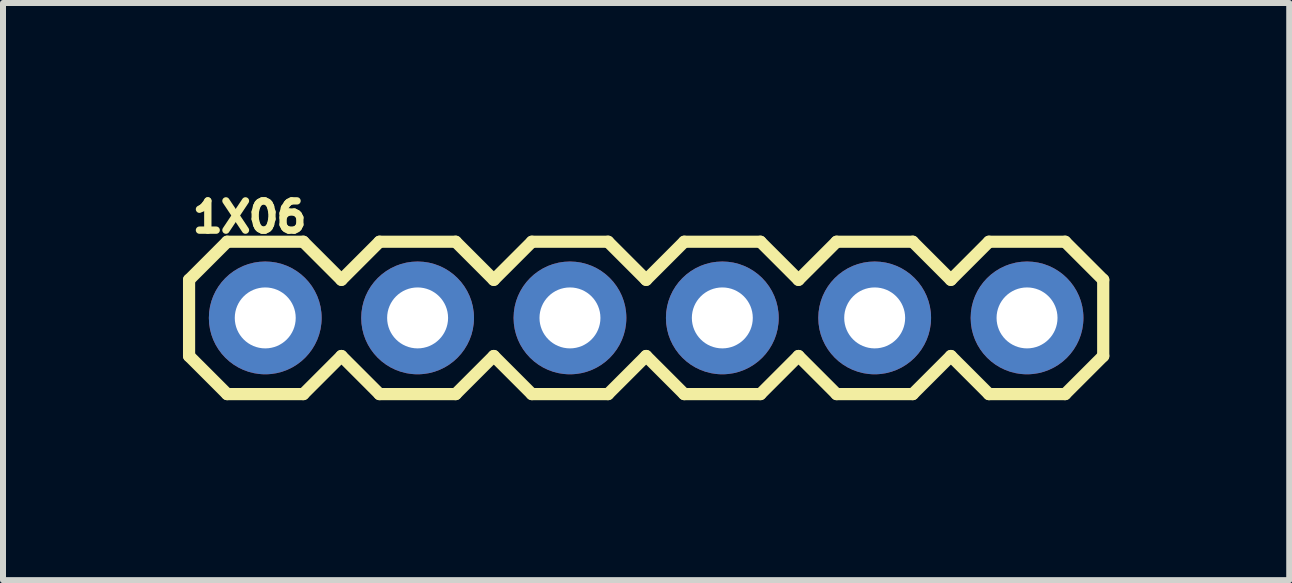
<source format=kicad_pcb>
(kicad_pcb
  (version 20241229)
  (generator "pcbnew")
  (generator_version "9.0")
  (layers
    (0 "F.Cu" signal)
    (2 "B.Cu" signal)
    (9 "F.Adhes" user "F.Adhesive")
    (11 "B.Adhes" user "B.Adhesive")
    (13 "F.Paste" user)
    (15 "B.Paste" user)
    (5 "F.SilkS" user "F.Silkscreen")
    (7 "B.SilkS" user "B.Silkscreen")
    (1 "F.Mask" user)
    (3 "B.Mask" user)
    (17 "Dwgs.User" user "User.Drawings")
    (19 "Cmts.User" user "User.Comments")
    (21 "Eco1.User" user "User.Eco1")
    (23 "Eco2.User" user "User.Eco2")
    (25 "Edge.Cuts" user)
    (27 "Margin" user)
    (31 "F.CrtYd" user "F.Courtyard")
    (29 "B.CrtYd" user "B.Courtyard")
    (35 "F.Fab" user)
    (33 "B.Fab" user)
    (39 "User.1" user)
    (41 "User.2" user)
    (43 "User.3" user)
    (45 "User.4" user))
  (footprint "1X06"
    (layer "F.Cu")
    (at 1.372 2.25)
    (property "Reference" "1X06" (at -1.27 -1.397 0) (layer "F.SilkS") (effects (font (size 0.488 0.488) (thickness 0.122)) (justify left bottom)))
    (fp_line (start -1.27 -0.635) (end -1.27 0.635) (stroke (width 0.203) (type solid)) (layer "F.SilkS"))
    (fp_line (start -1.27 0.635) (end -0.635 1.27) (stroke (width 0.203) (type solid)) (layer "F.SilkS"))
    (fp_line (start -0.635 -1.27) (end -1.27 -0.635) (stroke (width 0.203) (type solid)) (layer "F.SilkS"))
    (fp_line (start -0.635 -1.27) (end 0.635 -1.27) (stroke (width 0.203) (type solid)) (layer "F.SilkS"))
    (fp_line (start 0.635 -1.27) (end 1.27 -0.635) (stroke (width 0.203) (type solid)) (layer "F.SilkS"))
    (fp_line (start 0.635 1.27) (end -0.635 1.27) (stroke (width 0.203) (type solid)) (layer "F.SilkS"))
    (fp_line (start 1.27 -0.635) (end 1.905 -1.27) (stroke (width 0.203) (type solid)) (layer "F.SilkS"))
    (fp_line (start 1.27 0.635) (end 0.635 1.27) (stroke (width 0.203) (type solid)) (layer "F.SilkS"))
    (fp_line (start 1.905 -1.27) (end 3.175 -1.27) (stroke (width 0.203) (type solid)) (layer "F.SilkS"))
    (fp_line (start 1.905 1.27) (end 1.27 0.635) (stroke (width 0.203) (type solid)) (layer "F.SilkS"))
    (fp_line (start 3.175 -1.27) (end 3.81 -0.635) (stroke (width 0.203) (type solid)) (layer "F.SilkS"))
    (fp_line (start 3.175 1.27) (end 1.905 1.27) (stroke (width 0.203) (type solid)) (layer "F.SilkS"))
    (fp_line (start 3.81 -0.635) (end 4.445 -1.27) (stroke (width 0.203) (type solid)) (layer "F.SilkS"))
    (fp_line (start 3.81 0.635) (end 3.175 1.27) (stroke (width 0.203) (type solid)) (layer "F.SilkS"))
    (fp_line (start 4.445 -1.27) (end 5.715 -1.27) (stroke (width 0.203) (type solid)) (layer "F.SilkS"))
    (fp_line (start 4.445 1.27) (end 3.81 0.635) (stroke (width 0.203) (type solid)) (layer "F.SilkS"))
    (fp_line (start 5.715 -1.27) (end 6.35 -0.635) (stroke (width 0.203) (type solid)) (layer "F.SilkS"))
    (fp_line (start 5.715 1.27) (end 4.445 1.27) (stroke (width 0.203) (type solid)) (layer "F.SilkS"))
    (fp_line (start 6.35 0.635) (end 5.715 1.27) (stroke (width 0.203) (type solid)) (layer "F.SilkS"))
    (fp_line (start 6.35 0.635) (end 6.985 1.27) (stroke (width 0.203) (type solid)) (layer "F.SilkS"))
    (fp_line (start 6.985 -1.27) (end 6.35 -0.635) (stroke (width 0.203) (type solid)) (layer "F.SilkS"))
    (fp_line (start 6.985 -1.27) (end 8.255 -1.27) (stroke (width 0.203) (type solid)) (layer "F.SilkS"))
    (fp_line (start 8.255 -1.27) (end 8.89 -0.635) (stroke (width 0.203) (type solid)) (layer "F.SilkS"))
    (fp_line (start 8.255 1.27) (end 6.985 1.27) (stroke (width 0.203) (type solid)) (layer "F.SilkS"))
    (fp_line (start 8.89 -0.635) (end 9.525 -1.27) (stroke (width 0.203) (type solid)) (layer "F.SilkS"))
    (fp_line (start 8.89 0.635) (end 8.255 1.27) (stroke (width 0.203) (type solid)) (layer "F.SilkS"))
    (fp_line (start 9.525 -1.27) (end 10.795 -1.27) (stroke (width 0.203) (type solid)) (layer "F.SilkS"))
    (fp_line (start 9.525 1.27) (end 8.89 0.635) (stroke (width 0.203) (type solid)) (layer "F.SilkS"))
    (fp_line (start 10.795 -1.27) (end 11.43 -0.635) (stroke (width 0.203) (type solid)) (layer "F.SilkS"))
    (fp_line (start 10.795 1.27) (end 9.525 1.27) (stroke (width 0.203) (type solid)) (layer "F.SilkS"))
    (fp_line (start 11.43 -0.635) (end 12.065 -1.27) (stroke (width 0.203) (type solid)) (layer "F.SilkS"))
    (fp_line (start 11.43 0.635) (end 10.795 1.27) (stroke (width 0.203) (type solid)) (layer "F.SilkS"))
    (fp_line (start 12.065 -1.27) (end 13.335 -1.27) (stroke (width 0.203) (type solid)) (layer "F.SilkS"))
    (fp_line (start 12.065 1.27) (end 11.43 0.635) (stroke (width 0.203) (type solid)) (layer "F.SilkS"))
    (fp_line (start 13.335 -1.27) (end 13.97 -0.635) (stroke (width 0.203) (type solid)) (layer "F.SilkS"))
    (fp_line (start 13.335 1.27) (end 12.065 1.27) (stroke (width 0.203) (type solid)) (layer "F.SilkS"))
    (fp_line (start 13.97 -0.635) (end 13.97 0.635) (stroke (width 0.203) (type solid)) (layer "F.SilkS"))
    (fp_line (start 13.97 0.635) (end 13.335 1.27) (stroke (width 0.203) (type solid)) (layer "F.SilkS"))
    (fp_poly (pts (xy -0.254 0.254) (xy 0.254 0.254) (xy 0.254 -0.254) (xy -0.254 -0.254)) (stroke (width 0.1) (type default)) (fill no) (layer "F.Fab"))
    (fp_poly (pts (xy 2.286 0.254) (xy 2.794 0.254) (xy 2.794 -0.254) (xy 2.286 -0.254)) (stroke (width 0.1) (type default)) (fill no) (layer "F.Fab"))
    (fp_poly (pts (xy 4.826 0.254) (xy 5.334 0.254) (xy 5.334 -0.254) (xy 4.826 -0.254)) (stroke (width 0.1) (type default)) (fill no) (layer "F.Fab"))
    (fp_poly (pts (xy 7.366 0.254) (xy 7.874 0.254) (xy 7.874 -0.254) (xy 7.366 -0.254)) (stroke (width 0.1) (type default)) (fill no) (layer "F.Fab"))
    (fp_poly (pts (xy 9.906 0.254) (xy 10.414 0.254) (xy 10.414 -0.254) (xy 9.906 -0.254)) (stroke (width 0.1) (type default)) (fill no) (layer "F.Fab"))
    (fp_poly (pts (xy 12.446 0.254) (xy 12.954 0.254) (xy 12.954 -0.254) (xy 12.446 -0.254)) (stroke (width 0.1) (type default)) (fill no) (layer "F.Fab"))
    (pad "1" thru_hole circle (at 0 0 90) (size 1.88 1.88) (drill 1.016) (layers "*.Cu" "*.Mask"))
    (pad "2" thru_hole circle (at 2.54 0 90) (size 1.88 1.88) (drill 1.016) (layers "*.Cu" "*.Mask"))
    (pad "3" thru_hole circle (at 5.08 0 90) (size 1.88 1.88) (drill 1.016) (layers "*.Cu" "*.Mask"))
    (pad "4" thru_hole circle (at 7.62 0 90) (size 1.88 1.88) (drill 1.016) (layers "*.Cu" "*.Mask"))
    (pad "5" thru_hole circle (at 10.16 0 90) (size 1.88 1.88) (drill 1.016) (layers "*.Cu" "*.Mask"))
    (pad "6" thru_hole circle (at 12.7 0 90) (size 1.88 1.88) (drill 1.016) (layers "*.Cu" "*.Mask")))
  (gr_rect
    (start -3 -3)
    (end 18.443 6.622)
    (stroke (width 0.1) (type default))
    (fill no)
    (layer "Edge.Cuts")))
</source>
